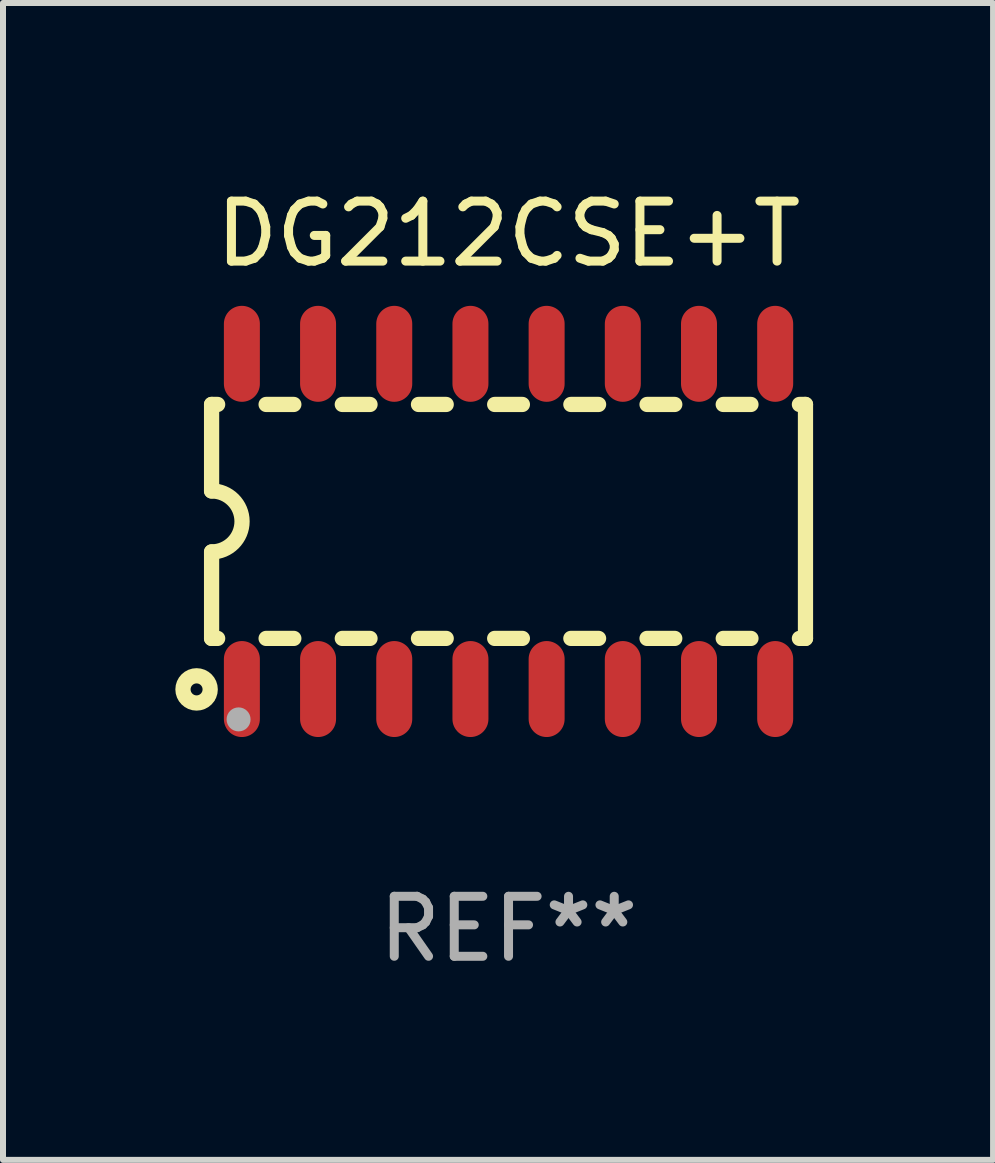
<source format=kicad_pcb>
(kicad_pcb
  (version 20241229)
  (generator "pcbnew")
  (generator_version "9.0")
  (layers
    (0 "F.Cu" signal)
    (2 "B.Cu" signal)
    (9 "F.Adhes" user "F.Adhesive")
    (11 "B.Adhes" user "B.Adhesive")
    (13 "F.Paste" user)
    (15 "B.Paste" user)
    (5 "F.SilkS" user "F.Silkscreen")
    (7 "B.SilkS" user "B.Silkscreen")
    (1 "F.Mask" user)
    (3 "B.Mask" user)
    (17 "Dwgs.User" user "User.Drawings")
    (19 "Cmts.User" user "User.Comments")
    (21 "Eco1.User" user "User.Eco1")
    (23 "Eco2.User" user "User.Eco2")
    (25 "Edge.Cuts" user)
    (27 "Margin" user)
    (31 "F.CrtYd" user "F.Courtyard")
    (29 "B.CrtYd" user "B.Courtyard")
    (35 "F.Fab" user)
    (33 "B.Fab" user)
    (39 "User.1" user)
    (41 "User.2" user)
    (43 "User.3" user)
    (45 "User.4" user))
  (footprint "DG212CSE+T"
    (layer "F.Cu")
    (at 5.427 5.642)
    (property "Reference" "DG212CSE+T" (at 0 -4.794 0) (layer "F.SilkS") (effects (font (size 1 1) (thickness 0.15))))
    (attr through_hole)
    (fp_line (start -4.95 -1.95) (end -4.95 -0.508) (stroke (width 0.254) (type solid)) (layer "F.SilkS"))
    (fp_line (start -4.95 -1.95) (end -4.849 -1.95) (stroke (width 0.254) (type solid)) (layer "F.SilkS"))
    (fp_line (start -4.95 1.95) (end -4.95 0.508) (stroke (width 0.254) (type solid)) (layer "F.SilkS"))
    (fp_line (start -4.95 1.95) (end -4.849 1.95) (stroke (width 0.254) (type solid)) (layer "F.SilkS"))
    (fp_line (start -4.041 -1.95) (end -3.579 -1.95) (stroke (width 0.254) (type solid)) (layer "F.SilkS"))
    (fp_line (start -4.041 1.95) (end -3.579 1.95) (stroke (width 0.254) (type solid)) (layer "F.SilkS"))
    (fp_line (start -2.771 -1.95) (end -2.309 -1.95) (stroke (width 0.254) (type solid)) (layer "F.SilkS"))
    (fp_line (start -2.771 1.95) (end -2.309 1.95) (stroke (width 0.254) (type solid)) (layer "F.SilkS"))
    (fp_line (start -1.501 -1.95) (end -1.039 -1.95) (stroke (width 0.254) (type solid)) (layer "F.SilkS"))
    (fp_line (start -1.501 1.95) (end -1.039 1.95) (stroke (width 0.254) (type solid)) (layer "F.SilkS"))
    (fp_line (start -0.231 -1.95) (end 0.231 -1.95) (stroke (width 0.254) (type solid)) (layer "F.SilkS"))
    (fp_line (start -0.231 1.95) (end 0.231 1.95) (stroke (width 0.254) (type solid)) (layer "F.SilkS"))
    (fp_line (start 1.039 -1.95) (end 1.501 -1.95) (stroke (width 0.254) (type solid)) (layer "F.SilkS"))
    (fp_line (start 1.039 1.95) (end 1.501 1.95) (stroke (width 0.254) (type solid)) (layer "F.SilkS"))
    (fp_line (start 2.309 -1.95) (end 2.771 -1.95) (stroke (width 0.254) (type solid)) (layer "F.SilkS"))
    (fp_line (start 2.309 1.95) (end 2.771 1.95) (stroke (width 0.254) (type solid)) (layer "F.SilkS"))
    (fp_line (start 3.579 -1.95) (end 4.041 -1.95) (stroke (width 0.254) (type solid)) (layer "F.SilkS"))
    (fp_line (start 3.579 1.95) (end 4.041 1.95) (stroke (width 0.254) (type solid)) (layer "F.SilkS"))
    (fp_line (start 4.849 -1.95) (end 4.95 -1.95) (stroke (width 0.254) (type solid)) (layer "F.SilkS"))
    (fp_line (start 4.849 1.95) (end 4.95 1.95) (stroke (width 0.254) (type solid)) (layer "F.SilkS"))
    (fp_line (start 4.95 -1.95) (end 4.95 1.95) (stroke (width 0.254) (type solid)) (layer "F.SilkS"))
    (fp_arc (start -4.95047 -0.508001) (mid -4.442469 -0.000228) (end -4.950013 0.508001) (stroke (width 0.254001) (type solid)) (layer "F.SilkS"))
    (fp_circle (center -5.2 2.8) (end -5.1 2.8) (stroke (width 0.254) (type solid)) (fill no) (layer "F.SilkS"))
    (fp_circle (center -4.95 2.947) (end -4.92 2.947) (stroke (width 0.06) (type solid)) (fill no) (layer "F.SilkS"))
    (fp_circle (center -4.5 3.3) (end -4.4 3.3) (stroke (width 0.2) (type solid)) (fill no) (layer "F.Fab"))
    (fp_text user "REF**" (at 0 6.794 0) (layer "F.Fab") (effects (font (size 1 1) (thickness 0.15))))
    (pad "1" smd oval (at -4.445 2.794) (size 0.6 1.6) (layers "F.Cu" "F.Mask" "F.Paste"))
    (pad "2" smd oval (at -3.175 2.794) (size 0.6 1.6) (layers "F.Cu" "F.Mask" "F.Paste"))
    (pad "3" smd oval (at -1.905 2.794) (size 0.6 1.6) (layers "F.Cu" "F.Mask" "F.Paste"))
    (pad "4" smd oval (at -0.635 2.794) (size 0.6 1.6) (layers "F.Cu" "F.Mask" "F.Paste"))
    (pad "5" smd oval (at 0.635 2.794) (size 0.6 1.6) (layers "F.Cu" "F.Mask" "F.Paste"))
    (pad "6" smd oval (at 1.905 2.794) (size 0.6 1.6) (layers "F.Cu" "F.Mask" "F.Paste"))
    (pad "7" smd oval (at 3.175 2.794) (size 0.6 1.6) (layers "F.Cu" "F.Mask" "F.Paste"))
    (pad "8" smd oval (at 4.445 2.794) (size 0.6 1.6) (layers "F.Cu" "F.Mask" "F.Paste"))
    (pad "9" smd oval (at 4.445 -2.794) (size 0.6 1.6) (layers "F.Cu" "F.Mask" "F.Paste"))
    (pad "10" smd oval (at 3.175 -2.794) (size 0.6 1.6) (layers "F.Cu" "F.Mask" "F.Paste"))
    (pad "11" smd oval (at 1.905 -2.794) (size 0.6 1.6) (layers "F.Cu" "F.Mask" "F.Paste"))
    (pad "12" smd oval (at 0.635 -2.794) (size 0.6 1.6) (layers "F.Cu" "F.Mask" "F.Paste"))
    (pad "13" smd oval (at -0.635 -2.794) (size 0.6 1.6) (layers "F.Cu" "F.Mask" "F.Paste"))
    (pad "14" smd oval (at -1.905 -2.794) (size 0.6 1.6) (layers "F.Cu" "F.Mask" "F.Paste"))
    (pad "15" smd oval (at -3.175 -2.794) (size 0.6 1.6) (layers "F.Cu" "F.Mask" "F.Paste"))
    (pad "16" smd oval (at -4.445 -2.794) (size 0.6 1.6) (layers "F.Cu" "F.Mask" "F.Paste")))
  (gr_rect
    (start -3 -3)
    (end 13.504 16.285)
    (stroke (width 0.1) (type default))
    (fill no)
    (layer "Edge.Cuts")))
</source>
